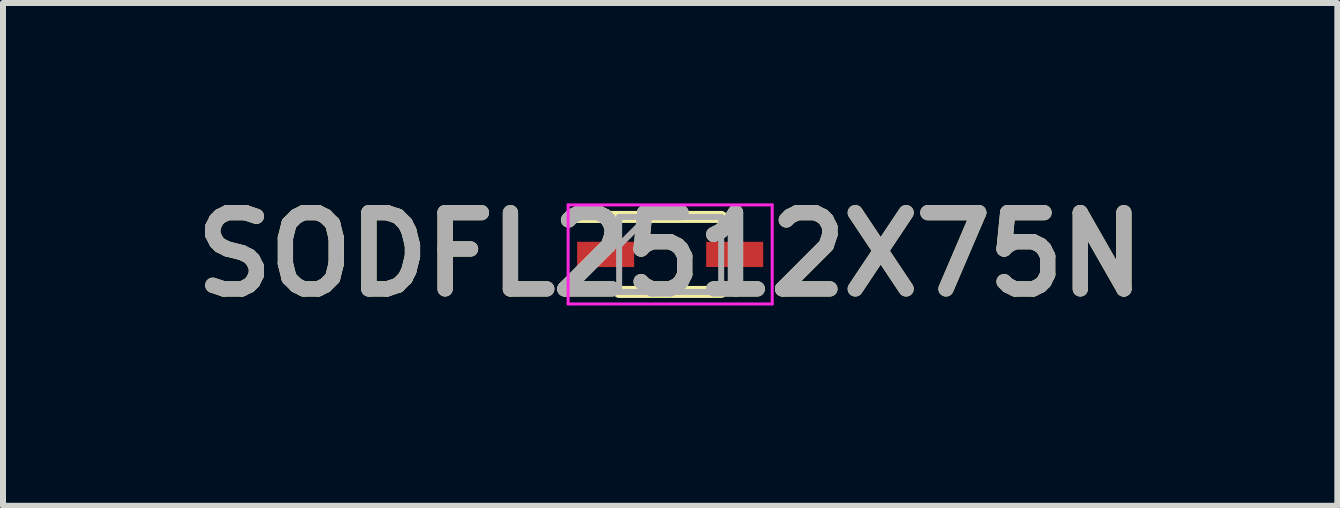
<source format=kicad_pcb>
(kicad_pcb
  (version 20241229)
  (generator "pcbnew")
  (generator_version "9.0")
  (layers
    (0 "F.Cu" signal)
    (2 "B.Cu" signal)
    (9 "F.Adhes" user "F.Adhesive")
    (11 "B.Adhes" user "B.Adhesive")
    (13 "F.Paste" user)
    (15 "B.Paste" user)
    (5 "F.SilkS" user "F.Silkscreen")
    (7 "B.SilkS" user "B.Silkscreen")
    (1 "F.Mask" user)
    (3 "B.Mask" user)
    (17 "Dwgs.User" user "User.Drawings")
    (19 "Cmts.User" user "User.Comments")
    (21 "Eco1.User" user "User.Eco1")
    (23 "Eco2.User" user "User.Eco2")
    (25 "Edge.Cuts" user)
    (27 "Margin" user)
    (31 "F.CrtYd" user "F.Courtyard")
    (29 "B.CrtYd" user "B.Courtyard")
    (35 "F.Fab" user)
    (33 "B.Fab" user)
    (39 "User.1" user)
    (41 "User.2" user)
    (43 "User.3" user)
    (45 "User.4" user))
  (footprint "SODFL2512X75N"
    (layer "F.Cu")
    (at 8.116 1.189)
    (property "Reference" "SODFL2512X75N" (at 0 0 0) (layer "F.SilkS") (effects (font (size 1.27 1.27) (thickness 0.254))))
    (attr smd)
    (fp_line (start -1.55 -0.625) (end 0.85 -0.625) (stroke (width 0.2) (type solid)) (layer "F.SilkS"))
    (fp_line (start -0.85 0.625) (end 0.85 0.625) (stroke (width 0.2) (type solid)) (layer "F.SilkS"))
    (fp_line (start -1.7 -0.825) (end 1.7 -0.825) (stroke (width 0.05) (type solid)) (layer "F.CrtYd"))
    (fp_line (start -1.7 0.825) (end -1.7 -0.825) (stroke (width 0.05) (type solid)) (layer "F.CrtYd"))
    (fp_line (start 1.7 -0.825) (end 1.7 0.825) (stroke (width 0.05) (type solid)) (layer "F.CrtYd"))
    (fp_line (start 1.7 0.825) (end -1.7 0.825) (stroke (width 0.05) (type solid)) (layer "F.CrtYd"))
    (fp_line (start -0.85 -0.625) (end 0.85 -0.625) (stroke (width 0.1) (type solid)) (layer "F.Fab"))
    (fp_line (start -0.85 -0.15) (end -0.375 -0.625) (stroke (width 0.1) (type solid)) (layer "F.Fab"))
    (fp_line (start -0.85 0.625) (end -0.85 -0.625) (stroke (width 0.1) (type solid)) (layer "F.Fab"))
    (fp_line (start 0.85 -0.625) (end 0.85 0.625) (stroke (width 0.1) (type solid)) (layer "F.Fab"))
    (fp_line (start 0.85 0.625) (end -0.85 0.625) (stroke (width 0.1) (type solid)) (layer "F.Fab"))
    (fp_text user "${REFERENCE}" (at 0 0 0) (layer "F.Fab") (effects (font (size 1.27 1.27) (thickness 0.254))))
    (pad "1" smd rect (at -1.075 0 90) (size 0.42 0.95) (layers "F.Cu" "F.Mask" "F.Paste"))
    (pad "2" smd rect (at 1.075 0 90) (size 0.42 0.95) (layers "F.Cu" "F.Mask" "F.Paste")))
  (gr_rect
    (start -3 -3)
    (end 19.232 5.377)
    (stroke (width 0.1) (type default))
    (fill no)
    (layer "Edge.Cuts")))
</source>
